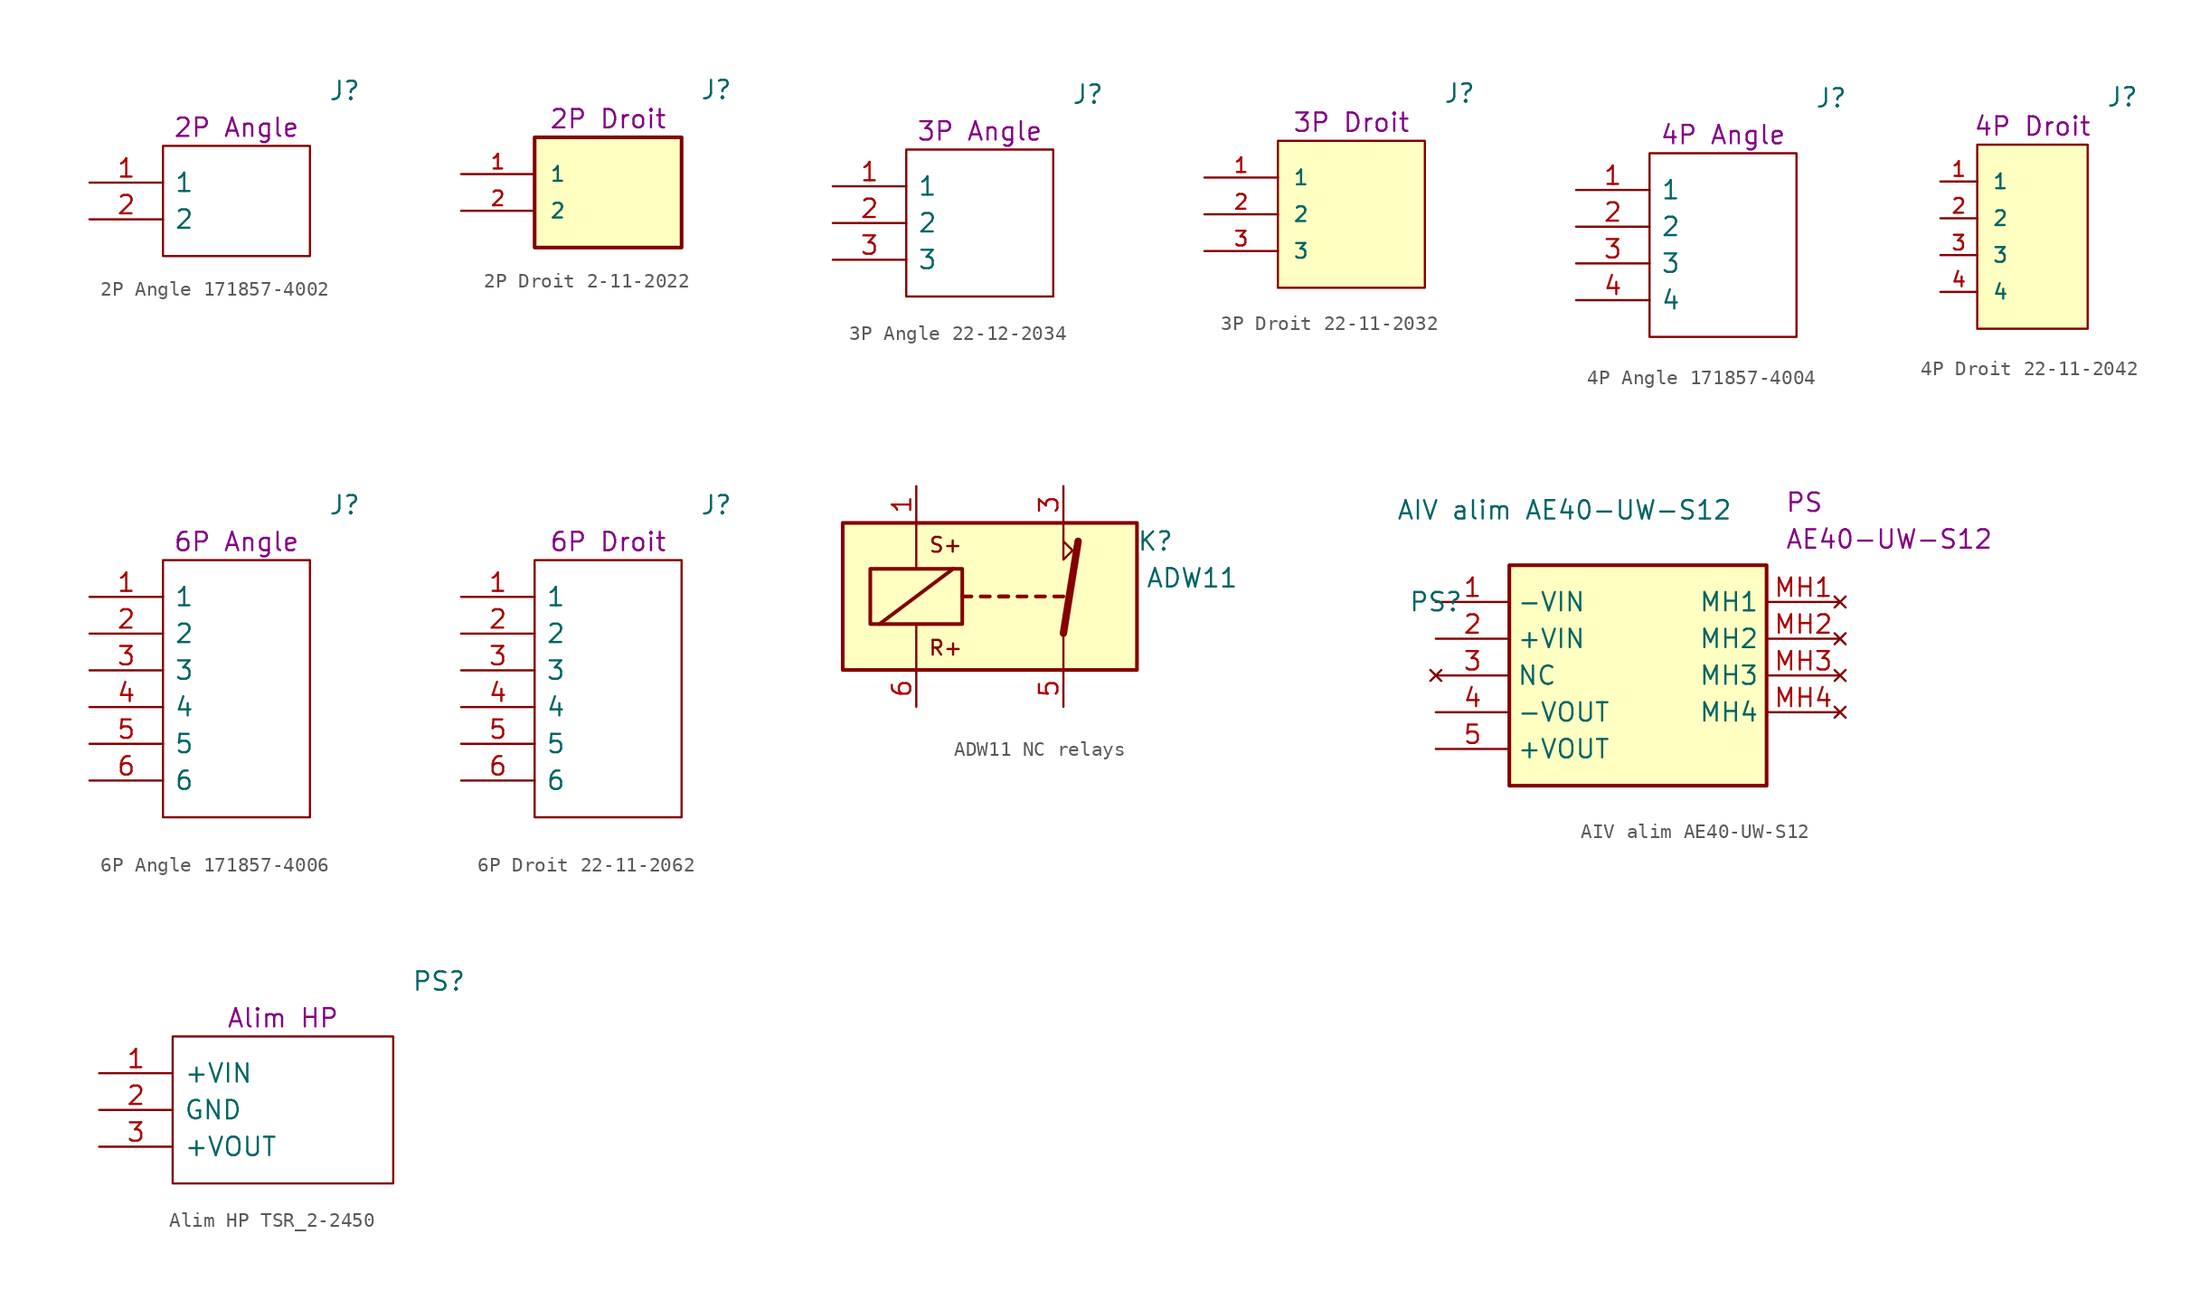
<source format=kicad_sym>
(kicad_symbol_lib
  (version 20220914)
  (generator kicad_symbol_editor)
  (symbol "2P Angle 171857-4002"
    (pin_names
      (offset 0.762))
    (property "Reference" "J"
      (at 16.51 6.35 0)
      (effects (font (size 1.27 1.27)) (justify left)))
    (property "Render Name " "2P Angle"
      (at 10.16 3.81 0)
      (effects (font (size 1.27 1.27))))
    (symbol "2P Angle 171857-4002_0_0"
      (pin passive line (at 0 0 0) (length 5.08) (name "1" (effects (font (size 1.27 1.27)))) (number "1" (effects (font (size 1.27 1.27)))))
      (pin passive line (at 0 -2.54 0) (length 5.08) (name "2" (effects (font (size 1.27 1.27)))) (number "2" (effects (font (size 1.27 1.27))))))
    (symbol "2P Angle 171857-4002_0_1"
      (polyline (pts (xy 5.08 2.54) (xy 15.24 2.54) (xy 15.24 -5.08) (xy 5.08 -5.08) (xy 5.08 2.54)) (stroke (width 0.152) (type default)) (fill (type none)))))
  (symbol "2P Droit 2-11-2022"
    (pin_names
      (offset 1.016))
    (property "Reference" "J"
      (at 6.35 5.08 0)
      (effects (font (size 1.27 1.27)) (justify left bottom)))
    (property "Render Name" "2P Droit"
      (at 0 3.81 0)
      (effects (font (size 1.27 1.27))))
    (symbol "2P Droit 2-11-2022_0_0"
      (rectangle (start -5.08 -5.08) (end 5.08 2.54) (stroke (width 0.254) (type default)) (fill (type background)))
      (pin passive line (at -10.16 0 0) (length 5.08) (name "1" (effects (font (size 1.016 1.016)))) (number "1" (effects (font (size 1.016 1.016)))))
      (pin passive line (at -10.16 -2.54 0) (length 5.08) (name "2" (effects (font (size 1.016 1.016)))) (number "2" (effects (font (size 1.016 1.016)))))))
  (symbol "3P Angle 22-12-2034"
    (pin_names
      (offset 0.762))
    (property "Reference" "J"
      (at 16.51 6.35 0)
      (effects (font (size 1.27 1.27)) (justify left)))
    (property "Render Name" "3P Angle"
      (at 10.16 3.81 0)
      (effects (font (size 1.27 1.27))))
    (symbol "3P Angle 22-12-2034_0_0"
      (pin passive line (at 0 0 0) (length 5.08) (name "1" (effects (font (size 1.27 1.27)))) (number "1" (effects (font (size 1.27 1.27)))))
      (pin passive line (at 0 -2.54 0) (length 5.08) (name "2" (effects (font (size 1.27 1.27)))) (number "2" (effects (font (size 1.27 1.27)))))
      (pin passive line (at 0 -5.08 0) (length 5.08) (name "3" (effects (font (size 1.27 1.27)))) (number "3" (effects (font (size 1.27 1.27))))))
    (symbol "3P Angle 22-12-2034_0_1"
      (polyline (pts (xy 5.08 2.54) (xy 15.24 2.54) (xy 15.24 -7.62) (xy 5.08 -7.62) (xy 5.08 2.54)) (stroke (width 0.152) (type default)) (fill (type none)))))
  (symbol "3P Droit 22-11-2032"
    (pin_names
      (offset 1.016))
    (property "Reference" "J"
      (at 6.35 7.62 0)
      (effects (font (size 1.27 1.27)) (justify left bottom)))
    (property "Render Name" "3P Droit"
      (at 0 6.35 0)
      (effects (font (size 1.27 1.27))))
    (symbol "3P Droit 22-11-2032_0_0"
      (rectangle (start -5.08 -5.08) (end 5.08 5.08) (stroke (width 0.152) (type default)) (fill (type background)))
      (pin passive line (at -10.16 2.54 0) (length 5.08) (name "1" (effects (font (size 1.016 1.016)))) (number "1" (effects (font (size 1.016 1.016)))))
      (pin passive line (at -10.16 0 0) (length 5.08) (name "2" (effects (font (size 1.016 1.016)))) (number "2" (effects (font (size 1.016 1.016)))))
      (pin passive line (at -10.16 -2.54 0) (length 5.08) (name "3" (effects (font (size 1.016 1.016)))) (number "3" (effects (font (size 1.016 1.016)))))))
  (symbol "4P Angle 171857-4004"
    (pin_names
      (offset 0.762))
    (property "Reference" "J"
      (at 16.51 6.35 0)
      (effects (font (size 1.27 1.27)) (justify left)))
    (property "Render Name" "4P Angle"
      (at 10.16 3.81 0)
      (effects (font (size 1.27 1.27))))
    (symbol "4P Angle 171857-4004_0_0"
      (pin passive line (at 0 0 0) (length 5.08) (name "1" (effects (font (size 1.27 1.27)))) (number "1" (effects (font (size 1.27 1.27)))))
      (pin passive line (at 0 -2.54 0) (length 5.08) (name "2" (effects (font (size 1.27 1.27)))) (number "2" (effects (font (size 1.27 1.27)))))
      (pin passive line (at 0 -5.08 0) (length 5.08) (name "3" (effects (font (size 1.27 1.27)))) (number "3" (effects (font (size 1.27 1.27)))))
      (pin passive line (at 0 -7.62 0) (length 5.08) (name "4" (effects (font (size 1.27 1.27)))) (number "4" (effects (font (size 1.27 1.27))))))
    (symbol "4P Angle 171857-4004_0_1"
      (polyline (pts (xy 5.08 2.54) (xy 15.24 2.54) (xy 15.24 -10.16) (xy 5.08 -10.16) (xy 5.08 2.54)) (stroke (width 0.152) (type default)) (fill (type none)))))
  (symbol "4P Droit 22-11-2042"
    (pin_names
      (offset 1.016))
    (property "Reference" "J"
      (at 6.35 7.62 0)
      (effects (font (size 1.27 1.27)) (justify left bottom)))
    (property "Render Name" "4P Droit"
      (at 1.27 6.35 0)
      (effects (font (size 1.27 1.27))))
    (symbol "4P Droit 22-11-2042_0_0"
      (rectangle (start -2.54 -7.62) (end 5.08 5.08) (stroke (width 0.152) (type default)) (fill (type background)))
      (pin passive line (at -5.08 2.54 0) (length 2.54) (name "1" (effects (font (size 1.016 1.016)))) (number "1" (effects (font (size 1.016 1.016)))))
      (pin passive line (at -5.08 0 0) (length 2.54) (name "2" (effects (font (size 1.016 1.016)))) (number "2" (effects (font (size 1.016 1.016)))))
      (pin passive line (at -5.08 -2.54 0) (length 2.54) (name "3" (effects (font (size 1.016 1.016)))) (number "3" (effects (font (size 1.016 1.016)))))
      (pin passive line (at -5.08 -5.08 0) (length 2.54) (name "4" (effects (font (size 1.016 1.016)))) (number "4" (effects (font (size 1.016 1.016)))))))
  (symbol "6P Angle 171857-4006"
    (pin_names
      (offset 0.762))
    (property "Reference" "J"
      (at 16.51 6.35 0)
      (effects (font (size 1.27 1.27)) (justify left)))
    (property "Render Name" "6P Angle"
      (at 10.16 3.81 0)
      (effects (font (size 1.27 1.27))))
    (symbol "6P Angle 171857-4006_0_0"
      (pin passive line (at 0 0 0) (length 5.08) (name "1" (effects (font (size 1.27 1.27)))) (number "1" (effects (font (size 1.27 1.27)))))
      (pin passive line (at 0 -2.54 0) (length 5.08) (name "2" (effects (font (size 1.27 1.27)))) (number "2" (effects (font (size 1.27 1.27)))))
      (pin passive line (at 0 -5.08 0) (length 5.08) (name "3" (effects (font (size 1.27 1.27)))) (number "3" (effects (font (size 1.27 1.27)))))
      (pin passive line (at 0 -7.62 0) (length 5.08) (name "4" (effects (font (size 1.27 1.27)))) (number "4" (effects (font (size 1.27 1.27)))))
      (pin passive line (at 0 -10.16 0) (length 5.08) (name "5" (effects (font (size 1.27 1.27)))) (number "5" (effects (font (size 1.27 1.27)))))
      (pin passive line (at 0 -12.7 0) (length 5.08) (name "6" (effects (font (size 1.27 1.27)))) (number "6" (effects (font (size 1.27 1.27))))))
    (symbol "6P Angle 171857-4006_0_1"
      (polyline (pts (xy 5.08 2.54) (xy 15.24 2.54) (xy 15.24 -15.24) (xy 5.08 -15.24) (xy 5.08 2.54)) (stroke (width 0.152) (type default)) (fill (type none)))))
  (symbol "6P Droit 22-11-2062"
    (pin_names
      (offset 0.762))
    (property "Reference" "J"
      (at 16.51 6.35 0)
      (effects (font (size 1.27 1.27)) (justify left)))
    (property "Render Name" "6P Droit"
      (at 10.16 3.81 0)
      (effects (font (size 1.27 1.27))))
    (symbol "6P Droit 22-11-2062_0_0"
      (pin passive line (at 0 0 0) (length 5.08) (name "1" (effects (font (size 1.27 1.27)))) (number "1" (effects (font (size 1.27 1.27)))))
      (pin passive line (at 0 -2.54 0) (length 5.08) (name "2" (effects (font (size 1.27 1.27)))) (number "2" (effects (font (size 1.27 1.27)))))
      (pin passive line (at 0 -5.08 0) (length 5.08) (name "3" (effects (font (size 1.27 1.27)))) (number "3" (effects (font (size 1.27 1.27)))))
      (pin passive line (at 0 -7.62 0) (length 5.08) (name "4" (effects (font (size 1.27 1.27)))) (number "4" (effects (font (size 1.27 1.27)))))
      (pin passive line (at 0 -10.16 0) (length 5.08) (name "5" (effects (font (size 1.27 1.27)))) (number "5" (effects (font (size 1.27 1.27)))))
      (pin passive line (at 0 -12.7 0) (length 5.08) (name "6" (effects (font (size 1.27 1.27)))) (number "6" (effects (font (size 1.27 1.27))))))
    (symbol "6P Droit 22-11-2062_0_1"
      (polyline (pts (xy 5.08 2.54) (xy 15.24 2.54) (xy 15.24 -15.24) (xy 5.08 -15.24) (xy 5.08 2.54)) (stroke (width 0.152) (type default)) (fill (type none)))))
  (symbol "ADW11 NC relays"
    (property "Reference" "K"
      (at 11.43 3.81 0)
      (effects (font (size 1.27 1.27))))
    (property "Value" "ADW11"
      (at 13.97 1.27 0)
      (effects (font (size 1.27 1.27))))
    (symbol "ADW11 NC relays_1_1"
      (rectangle (start -10.16 5.08) (end 10.16 -5.08) (stroke (width 0.254) (type default)) (fill (type background)))
      (rectangle (start -8.255 1.905) (end -1.905 -1.905) (stroke (width 0.254) (type default)) (fill (type none)))
      (polyline (pts (xy -7.62 -1.905) (xy -2.54 1.905)) (stroke (width 0.254) (type default)) (fill (type none)))
      (polyline (pts (xy -5.08 -5.08) (xy -5.08 -1.905)) (stroke (width 0) (type default)) (fill (type none)))
      (polyline (pts (xy -5.08 5.08) (xy -5.08 1.905)) (stroke (width 0) (type default)) (fill (type none)))
      (polyline (pts (xy -1.905 0) (xy -1.27 0)) (stroke (width 0.254) (type default)) (fill (type none)))
      (polyline (pts (xy -0.635 0) (xy 0 0)) (stroke (width 0.254) (type default)) (fill (type none)))
      (polyline (pts (xy 0.635 0) (xy 1.27 0)) (stroke (width 0.254) (type default)) (fill (type none)))
      (polyline (pts (xy 0.635 0) (xy 1.27 0)) (stroke (width 0.254) (type default)) (fill (type none)))
      (polyline (pts (xy 1.905 0) (xy 2.54 0)) (stroke (width 0.254) (type default)) (fill (type none)))
      (polyline (pts (xy 3.175 0) (xy 3.81 0)) (stroke (width 0.254) (type default)) (fill (type none)))
      (polyline (pts (xy 4.445 0) (xy 5.08 0)) (stroke (width 0.254) (type default)) (fill (type none)))
      (polyline (pts (xy 5.08 -2.54) (xy 5.08 -5.08)) (stroke (width 0) (type default)) (fill (type none)))
      (polyline (pts (xy 5.08 -2.54) (xy 6.096 3.81)) (stroke (width 0.508) (type default)) (fill (type none)))
      (polyline (pts (xy 5.08 3.81) (xy 5.08 5.08)) (stroke (width 0) (type default)) (fill (type none)))
      (polyline (pts (xy 5.08 3.81) (xy 5.08 2.54) (xy 5.715 3.175) (xy 5.08 3.81)) (stroke (width 0) (type default)) (fill (type none)))
      (text "R+" (at -3.048 -3.556 0) (effects (font (size 1.016 1.016))))
      (text "S+" (at -3.048 3.556 0) (effects (font (size 1.016 1.016))))
      (pin passive line (at -5.08 7.62 270) (length 2.54) (name "~" (effects (font (size 1.27 1.27)))) (number "1" (effects (font (size 1.27 1.27)))))
      (pin passive line (at 5.08 7.62 270) (length 2.54) (name "~" (effects (font (size 1.27 1.27)))) (number "3" (effects (font (size 1.27 1.27)))))
      (pin passive line (at 5.08 -7.62 90) (length 2.54) (name "~" (effects (font (size 1.27 1.27)))) (number "5" (effects (font (size 1.27 1.27)))))
      (pin passive line (at -5.08 -7.62 90) (length 2.54) (name "~" (effects (font (size 1.27 1.27)))) (number "6" (effects (font (size 1.27 1.27)))))))
  (symbol "AIV alim AE40-UW-S12"
    (property "Reference" "PS"
      (at 0 0 0)
      (effects (font (size 1.27 1.27))))
    (property "Value" "AIV alim AE40-UW-S12"
      (at 8.89 6.35 0)
      (effects (font (size 1.27 1.27))))
    (property "Reference_1" "PS"
      (at 24.13 7.62 0)
      (effects (font (size 1.27 1.27)) (justify left top)))
    (property "Value_1" "AE40-UW-S12"
      (at 24.13 5.08 0)
      (effects (font (size 1.27 1.27)) (justify left top)))
    (symbol "AIV alim AE40-UW-S12_1_1"
      (rectangle (start 5.08 2.54) (end 22.86 -12.7) (stroke (width 0.254) (type default)) (fill (type background)))
      (pin passive line (at 0 0 0) (length 5.08) (name "-VIN" (effects (font (size 1.27 1.27)))) (number "1" (effects (font (size 1.27 1.27)))))
      (pin passive line (at 0 -2.54 0) (length 5.08) (name "+VIN" (effects (font (size 1.27 1.27)))) (number "2" (effects (font (size 1.27 1.27)))))
      (pin no_connect line (at 0 -5.08 0) (length 5.08) (name "NC" (effects (font (size 1.27 1.27)))) (number "3" (effects (font (size 1.27 1.27)))))
      (pin passive line (at 0 -7.62 0) (length 5.08) (name "-VOUT" (effects (font (size 1.27 1.27)))) (number "4" (effects (font (size 1.27 1.27)))))
      (pin passive line (at 0 -10.16 0) (length 5.08) (name "+VOUT" (effects (font (size 1.27 1.27)))) (number "5" (effects (font (size 1.27 1.27)))))
      (pin no_connect line (at 27.94 0 180) (length 5.08) (name "MH1" (effects (font (size 1.27 1.27)))) (number "MH1" (effects (font (size 1.27 1.27)))))
      (pin no_connect line (at 27.94 -2.54 180) (length 5.08) (name "MH2" (effects (font (size 1.27 1.27)))) (number "MH2" (effects (font (size 1.27 1.27)))))
      (pin no_connect line (at 27.94 -5.08 180) (length 5.08) (name "MH3" (effects (font (size 1.27 1.27)))) (number "MH3" (effects (font (size 1.27 1.27)))))
      (pin no_connect line (at 27.94 -7.62 180) (length 5.08) (name "MH4" (effects (font (size 1.27 1.27)))) (number "MH4" (effects (font (size 1.27 1.27)))))))
  (symbol "Alim HP TSR_2-2450"
    (pin_names
      (offset 0.762))
    (property "Reference" "PS"
      (at 21.59 6.35 0)
      (effects (font (size 1.27 1.27)) (justify left)))
    (property "Render Name" "Alim HP"
      (at 12.7 3.81 0)
      (effects (font (size 1.27 1.27))))
    (symbol "Alim HP TSR_2-2450_0_0"
      (pin input line (at 0 0 0) (length 5.08) (name "+VIN" (effects (font (size 1.27 1.27)))) (number "1" (effects (font (size 1.27 1.27)))))
      (pin power_in line (at 0 -2.54 0) (length 5.08) (name "GND" (effects (font (size 1.27 1.27)))) (number "2" (effects (font (size 1.27 1.27)))))
      (pin output line (at 0 -5.08 0) (length 5.08) (name "+VOUT" (effects (font (size 1.27 1.27)))) (number "3" (effects (font (size 1.27 1.27))))))
    (symbol "Alim HP TSR_2-2450_0_1"
      (polyline (pts (xy 5.08 2.54) (xy 20.32 2.54) (xy 20.32 -7.62) (xy 5.08 -7.62) (xy 5.08 2.54)) (stroke (width 0.152) (type default)) (fill (type none))))))
</source>
